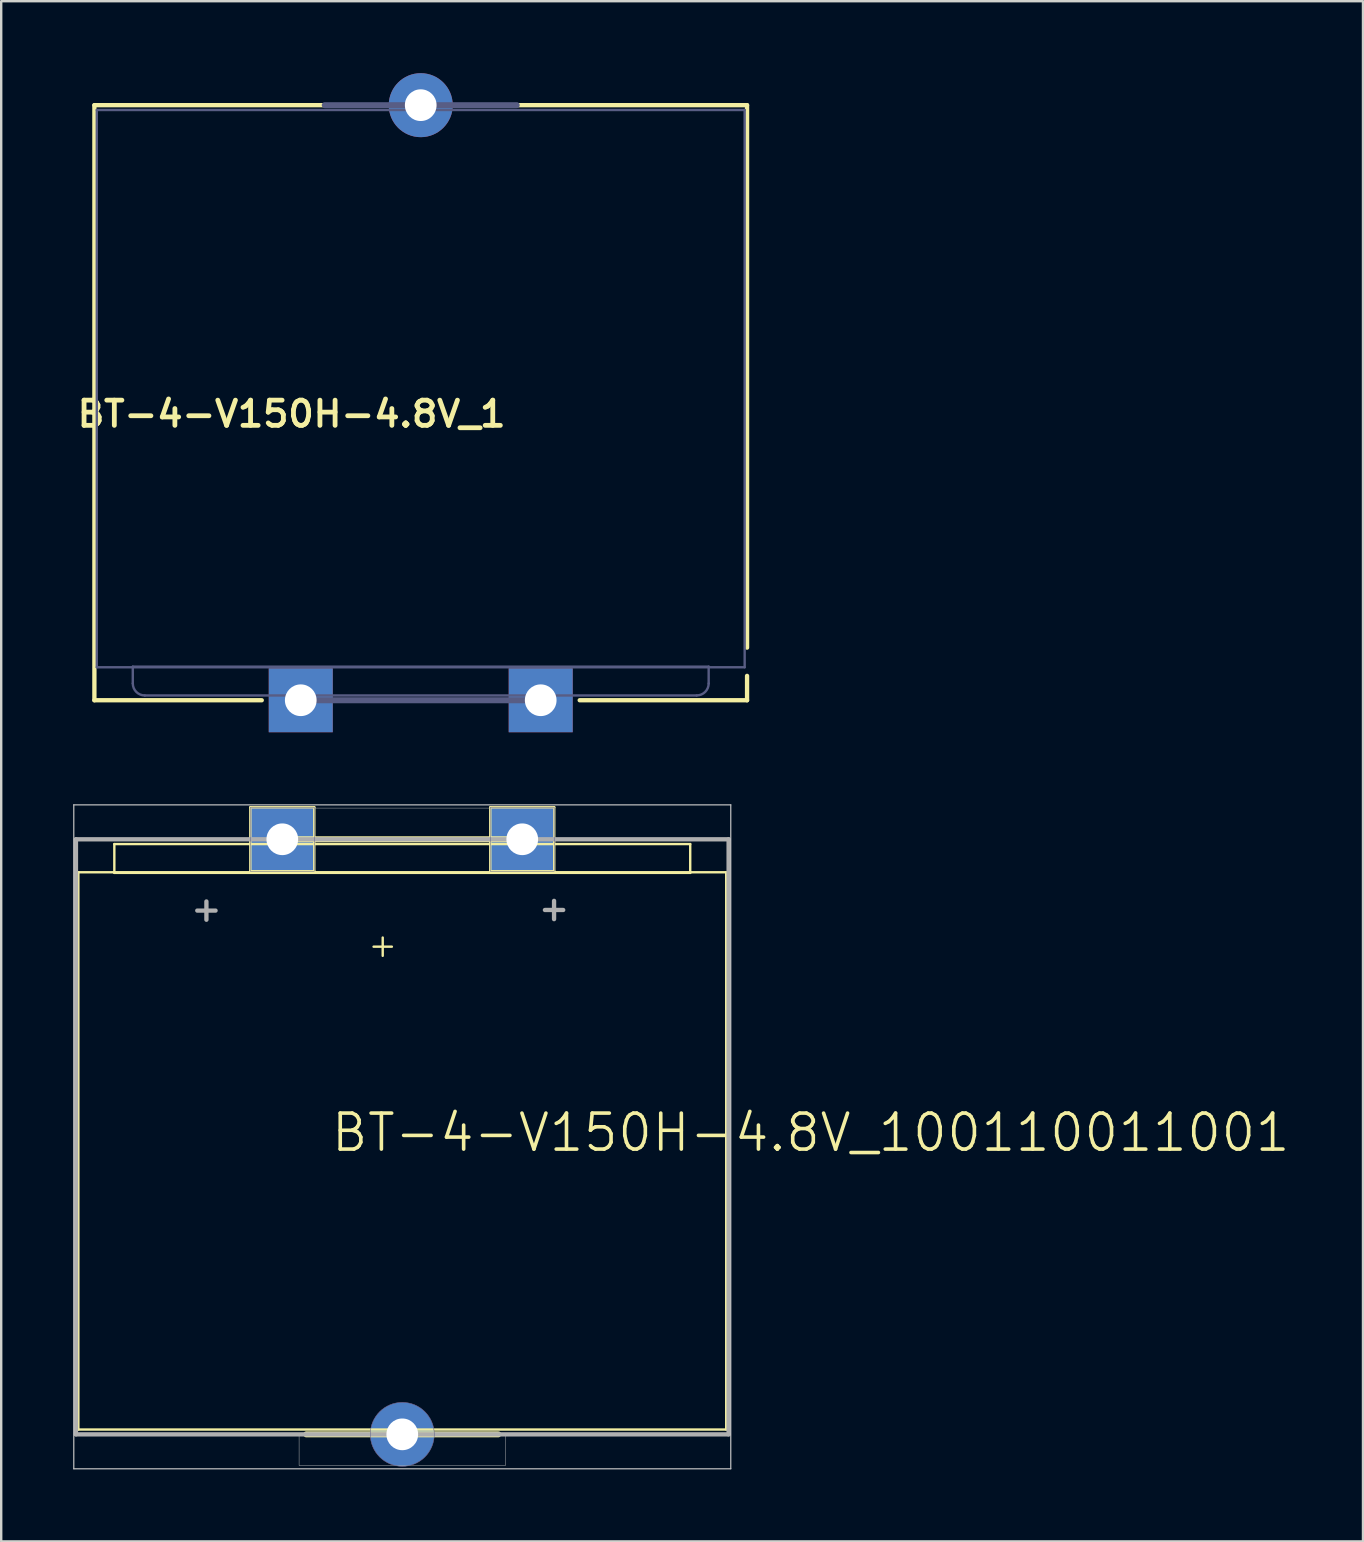
<source format=kicad_pcb>
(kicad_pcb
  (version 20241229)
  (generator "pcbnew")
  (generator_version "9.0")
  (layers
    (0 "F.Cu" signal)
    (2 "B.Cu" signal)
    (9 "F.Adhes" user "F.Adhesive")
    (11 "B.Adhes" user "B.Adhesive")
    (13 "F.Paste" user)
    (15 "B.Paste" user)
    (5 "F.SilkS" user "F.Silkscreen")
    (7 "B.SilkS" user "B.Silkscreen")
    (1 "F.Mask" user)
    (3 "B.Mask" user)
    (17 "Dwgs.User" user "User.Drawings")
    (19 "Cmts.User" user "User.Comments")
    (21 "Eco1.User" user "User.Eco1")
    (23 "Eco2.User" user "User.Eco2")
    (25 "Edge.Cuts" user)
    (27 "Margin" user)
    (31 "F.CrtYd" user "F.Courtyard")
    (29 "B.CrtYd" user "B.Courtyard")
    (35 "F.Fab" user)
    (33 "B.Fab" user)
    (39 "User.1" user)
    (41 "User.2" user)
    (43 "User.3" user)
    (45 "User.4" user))
  (footprint "BT-4-V150H-4.8V_100110011001"
    (placed yes)
    (layer "F.Cu")
    (at 13.715 44.327)
    (property "Reference" "BT-4-V150H-4.8V_100110011001" (at -3.041 0.703 180) (layer "F.SilkS") (effects (font (size 1.5 1.5) (thickness 0.15)) (justify left bottom)))
    (attr through_hole)
    (fp_line (start -13.5 -11.025) (end 13.5 -11.025) (stroke (width 0.1) (type solid)) (layer "F.SilkS"))
    (fp_line (start -13.5 12.2) (end -13.5 -11.025) (stroke (width 0.1) (type solid)) (layer "F.SilkS"))
    (fp_line (start -12 -12.2) (end 12 -12.2) (stroke (width 0.1) (type solid)) (layer "F.SilkS"))
    (fp_line (start -12 -11) (end -12 -12.2) (stroke (width 0.1) (type solid)) (layer "F.SilkS"))
    (fp_line (start -6.333 -13.733) (end -6.333 -11.066) (stroke (width 0.1) (type solid)) (layer "F.SilkS"))
    (fp_line (start -6.333 -11.066) (end -3.667 -11.066) (stroke (width 0.1) (type solid)) (layer "F.SilkS"))
    (fp_line (start -5.5 -12.4) (end 5.5 -12.4) (stroke (width 0.25) (type solid)) (layer "F.SilkS"))
    (fp_line (start -4 12.4) (end 4 12.4) (stroke (width 0.25) (type solid)) (layer "F.SilkS"))
    (fp_line (start -3.667 -13.733) (end -6.333 -13.733) (stroke (width 0.1) (type solid)) (layer "F.SilkS"))
    (fp_line (start -3.667 -11.066) (end -3.667 -13.733) (stroke (width 0.1) (type solid)) (layer "F.SilkS"))
    (fp_line (start 3.667 -13.733) (end 3.667 -11.066) (stroke (width 0.1) (type solid)) (layer "F.SilkS"))
    (fp_line (start 3.667 -11.066) (end 6.333 -11.066) (stroke (width 0.1) (type solid)) (layer "F.SilkS"))
    (fp_line (start 6.333 -13.733) (end 3.667 -13.733) (stroke (width 0.1) (type solid)) (layer "F.SilkS"))
    (fp_line (start 6.333 -11.066) (end 6.333 -13.733) (stroke (width 0.1) (type solid)) (layer "F.SilkS"))
    (fp_line (start 12 -12.2) (end 12 -11) (stroke (width 0.1) (type solid)) (layer "F.SilkS"))
    (fp_line (start 12 -11) (end -12 -11) (stroke (width 0.1) (type solid)) (layer "F.SilkS"))
    (fp_line (start 13.5 -11.025) (end 13.5 12.2) (stroke (width 0.1) (type solid)) (layer "F.SilkS"))
    (fp_line (start 13.5 12.2) (end -13.5 12.2) (stroke (width 0.1) (type solid)) (layer "F.SilkS"))
    (fp_line (start -13.69 -13.835) (end 13.69 -13.835) (stroke (width 0.05) (type solid)) (layer "Dwgs.User"))
    (fp_line (start -13.69 13.835) (end -13.69 -13.835) (stroke (width 0.05) (type solid)) (layer "Dwgs.User"))
    (fp_line (start 13.69 -13.835) (end 13.69 13.835) (stroke (width 0.05) (type solid)) (layer "Dwgs.User"))
    (fp_line (start 13.69 13.835) (end -13.69 13.835) (stroke (width 0.05) (type solid)) (layer "Dwgs.User"))
    (fp_arc (start 1.3335 12.4) (mid -1.3335 12.4) (end 1.3335 12.4) (stroke (width 0.02) (type solid)) (layer "B.Fab"))
    (fp_poly (pts (xy -3.667 -13.733) (xy -3.667 -11.066) (xy -6.333 -11.066) (xy -6.333 -13.733)) (stroke (width 0.02) (type solid)) (fill no) (layer "B.Fab"))
    (fp_poly (pts (xy 6.333 -13.733) (xy 6.333 -11.066) (xy 3.667 -11.066) (xy 3.667 -13.733)) (stroke (width 0.02) (type solid)) (fill no) (layer "B.Fab"))
    (fp_line (start -13.6 -12.4) (end 13.6 -12.4) (stroke (width 0.18) (type solid)) (layer "F.Fab"))
    (fp_line (start -13.6 12.4) (end -13.6 -12.4) (stroke (width 0.18) (type solid)) (layer "F.Fab"))
    (fp_line (start 13.6 -12.4) (end 13.6 12.4) (stroke (width 0.18) (type solid)) (layer "F.Fab"))
    (fp_line (start 13.6 12.4) (end -13.6 12.4) (stroke (width 0.18) (type solid)) (layer "F.Fab"))
    (fp_poly (pts (xy -13.6 -12.4) (xy -6.3 -12.4) (xy -6.3 -13.7) (xy 6.3 -13.7) (xy 6.3 -12.4) (xy 13.6 -12.4) (xy 13.6 12.4) (xy 4.3 12.4) (xy 4.3 13.7) (xy -4.3 13.7) (xy -4.3 12.4) (xy -13.6 12.4)) (stroke (width 0.02) (type solid)) (fill no) (layer "F.Fab"))
    (fp_text user "+" (at -1.5 -8 0) (layer "F.SilkS") (effects (font (size 1 1) (thickness 0.1)) (justify left)))
    (fp_text user "+" (at -8.9 -9.5 0) (layer "F.Fab") (effects (font (size 1 1) (thickness 0.18)) (justify left)))
    (fp_text user "+" (at 5.588 -9.525 0) (layer "F.Fab") (effects (font (size 1 1) (thickness 0.18)) (justify left)))
    (pad "+" thru_hole rect (at -5 -12.4) (size 2.667 2.667) (drill 1.321) (layers "*.Cu" "*.Mask"))
    (pad "-" thru_hole circle (at 0 12.4) (size 2.667 2.667) (drill 1.321) (layers "*.Cu" "*.Mask"))
    (pad "3" thru_hole rect (at 5 -12.4) (size 2.667 2.667) (drill 1.321) (layers "*.Cu" "*.Mask")))
  (footprint "BT-4-V150H-4.8V_1"
    (layer "F.Cu")
    (at 14.484 13.733)
    (property "Reference" "BT-4-V150H-4.8V_1" (at -5.383 0.468 0) (unlocked yes) (layer "F.SilkS") (effects (font (size 1.05 1.104) (thickness 0.2))))
    (attr smd)
    (fp_line (start -13.6 -12.4) (end -13.6 12.4) (stroke (width 0.18) (type solid)) (layer "F.SilkS"))
    (fp_line (start -6.625 12.4) (end -13.6 12.4) (stroke (width 0.18) (type solid)) (layer "F.SilkS"))
    (fp_line (start -1.625 -12.4) (end -13.6 -12.4) (stroke (width 0.18) (type solid)) (layer "F.SilkS"))
    (fp_line (start 3.375 12.4) (end -3.375 12.4) (stroke (width 0.18) (type solid)) (layer "F.SilkS"))
    (fp_line (start 13.6 -12.4) (end 1.625 -12.4) (stroke (width 0.18) (type solid)) (layer "F.SilkS"))
    (fp_line (start 13.6 -12.4) (end 13.6 10.207) (stroke (width 0.18) (type solid)) (layer "F.SilkS"))
    (fp_line (start 13.6 11.385) (end 13.6 12.4) (stroke (width 0.18) (type solid)) (layer "F.SilkS"))
    (fp_line (start 13.6 12.4) (end 6.625 12.4) (stroke (width 0.18) (type solid)) (layer "F.SilkS"))
    (fp_line (start -13.5 -12.2) (end -13.5 11.025) (stroke (width 0.1) (type solid)) (layer "B.Fab"))
    (fp_line (start -12 11) (end -12 11.7) (stroke (width 0.1) (type solid)) (layer "B.Fab"))
    (fp_line (start 4 -12.4) (end -4 -12.4) (stroke (width 0.25) (type solid)) (layer "B.Fab"))
    (fp_line (start 5.5 12.4) (end -5.5 12.4) (stroke (width 0.25) (type solid)) (layer "B.Fab"))
    (fp_line (start 11.5 12.2) (end -11.5 12.2) (stroke (width 0.1) (type solid)) (layer "B.Fab"))
    (fp_line (start 12 11) (end -12 11) (stroke (width 0.1) (type solid)) (layer "B.Fab"))
    (fp_line (start 12 11) (end 12 11.7) (stroke (width 0.1) (type solid)) (layer "B.Fab"))
    (fp_line (start 13.5 -12.2) (end -13.5 -12.2) (stroke (width 0.1) (type solid)) (layer "B.Fab"))
    (fp_line (start 13.5 -12.2) (end 13.5 11.025) (stroke (width 0.1) (type solid)) (layer "B.Fab"))
    (fp_line (start 13.5 11.025) (end -13.5 11.025) (stroke (width 0.1) (type solid)) (layer "B.Fab"))
    (fp_arc (start -11.5 12.2) (mid -11.853553 12.053553) (end -12 11.7) (stroke (width 0.1) (type solid)) (layer "B.Fab"))
    (fp_arc (start 12 11.7) (mid 11.853553 12.053553) (end 11.5 12.2) (stroke (width 0.1) (type solid)) (layer "B.Fab"))
    (pad "+" thru_hole rect (at 5 12.4 180) (size 2.667 2.667) (drill 1.321) (layers "*.Cu" "*.Mask"))
    (pad "-" thru_hole circle (at 0 -12.4 180) (size 2.667 2.667) (drill 1.321) (layers "*.Cu" "*.Mask"))
    (pad "3" thru_hole rect (at -5 12.4 180) (size 2.667 2.667) (drill 1.321) (layers "*.Cu" "*.Mask")))
  (gr_rect
    (start -3 -3)
    (end 53.753 61.187)
    (stroke (width 0.1) (type default))
    (fill no)
    (layer "Edge.Cuts")))
</source>
